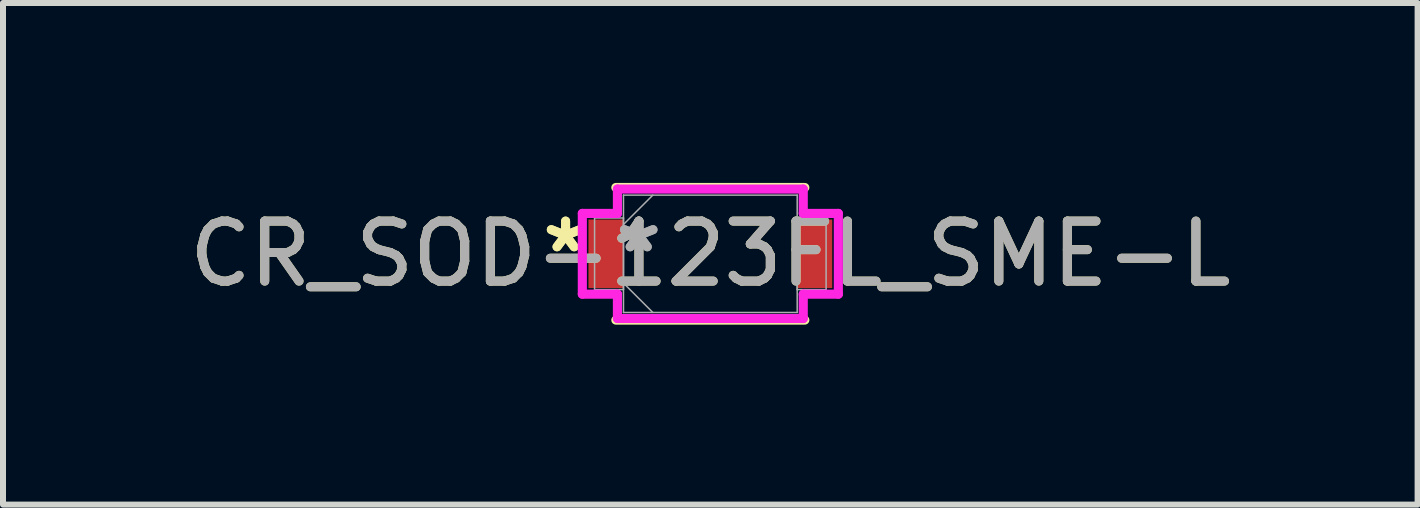
<source format=kicad_pcb>
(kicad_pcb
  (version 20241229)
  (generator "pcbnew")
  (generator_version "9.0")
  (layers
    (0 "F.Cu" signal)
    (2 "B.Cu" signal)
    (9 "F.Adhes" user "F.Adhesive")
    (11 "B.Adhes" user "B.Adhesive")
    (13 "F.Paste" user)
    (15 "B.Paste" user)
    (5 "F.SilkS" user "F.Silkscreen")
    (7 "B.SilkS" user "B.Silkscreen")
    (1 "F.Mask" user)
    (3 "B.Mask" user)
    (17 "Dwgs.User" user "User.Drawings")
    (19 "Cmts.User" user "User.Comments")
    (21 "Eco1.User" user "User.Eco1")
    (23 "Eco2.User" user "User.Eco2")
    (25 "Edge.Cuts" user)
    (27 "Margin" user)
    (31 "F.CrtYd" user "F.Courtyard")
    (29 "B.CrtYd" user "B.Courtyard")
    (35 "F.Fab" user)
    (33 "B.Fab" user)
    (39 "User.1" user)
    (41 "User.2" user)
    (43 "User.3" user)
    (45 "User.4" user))
  (footprint "CR_SOD-123FL_SME-L"
    (layer "F.Cu")
    (at 8.792 1.181)
    (property "Reference" "CR_SOD-123FL_SME-L" (at 0 0 0) (unlocked yes) (layer "F.SilkS") (effects (font (size 1 1) (thickness 0.15))))
    (attr smd)
    (fp_line (start -1.575 1.105) (end 1.575 1.105) (stroke (width 0.152) (type solid)) (layer "F.SilkS"))
    (fp_line (start 1.575 -1.105) (end -1.575 -1.105) (stroke (width 0.152) (type solid)) (layer "F.SilkS"))
    (fp_line (start -2.134 -0.673) (end -1.549 -0.673) (stroke (width 0.152) (type solid)) (layer "F.CrtYd"))
    (fp_line (start -2.134 0.673) (end -2.134 -0.673) (stroke (width 0.152) (type solid)) (layer "F.CrtYd"))
    (fp_line (start -1.549 -1.079) (end 1.549 -1.079) (stroke (width 0.152) (type solid)) (layer "F.CrtYd"))
    (fp_line (start -1.549 -0.673) (end -1.549 -1.079) (stroke (width 0.152) (type solid)) (layer "F.CrtYd"))
    (fp_line (start -1.549 0.673) (end -2.134 0.673) (stroke (width 0.152) (type solid)) (layer "F.CrtYd"))
    (fp_line (start -1.549 1.079) (end -1.549 0.673) (stroke (width 0.152) (type solid)) (layer "F.CrtYd"))
    (fp_line (start 1.549 -1.079) (end 1.549 -0.673) (stroke (width 0.152) (type solid)) (layer "F.CrtYd"))
    (fp_line (start 1.549 -0.673) (end 2.134 -0.673) (stroke (width 0.152) (type solid)) (layer "F.CrtYd"))
    (fp_line (start 1.549 0.673) (end 1.549 1.079) (stroke (width 0.152) (type solid)) (layer "F.CrtYd"))
    (fp_line (start 1.549 1.079) (end -1.549 1.079) (stroke (width 0.152) (type solid)) (layer "F.CrtYd"))
    (fp_line (start 2.134 -0.673) (end 2.134 0.673) (stroke (width 0.152) (type solid)) (layer "F.CrtYd"))
    (fp_line (start 2.134 0.673) (end 1.549 0.673) (stroke (width 0.152) (type solid)) (layer "F.CrtYd"))
    (fp_line (start -1.93 -0.597) (end -1.93 0.597) (stroke (width 0.025) (type solid)) (layer "F.Fab"))
    (fp_line (start -1.93 0.597) (end -1.448 0.597) (stroke (width 0.025) (type solid)) (layer "F.Fab"))
    (fp_line (start -1.448 -0.978) (end -1.448 0.978) (stroke (width 0.025) (type solid)) (layer "F.Fab"))
    (fp_line (start -1.448 -0.597) (end -1.93 -0.597) (stroke (width 0.025) (type solid)) (layer "F.Fab"))
    (fp_line (start -1.448 -0.489) (end -0.959 -0.978) (stroke (width 0.025) (type solid)) (layer "F.Fab"))
    (fp_line (start -1.448 0.489) (end -0.959 0.978) (stroke (width 0.025) (type solid)) (layer "F.Fab"))
    (fp_line (start -1.448 0.597) (end -1.448 -0.597) (stroke (width 0.025) (type solid)) (layer "F.Fab"))
    (fp_line (start -1.448 0.978) (end 1.448 0.978) (stroke (width 0.025) (type solid)) (layer "F.Fab"))
    (fp_line (start 1.448 -0.978) (end -1.448 -0.978) (stroke (width 0.025) (type solid)) (layer "F.Fab"))
    (fp_line (start 1.448 -0.597) (end 1.448 0.597) (stroke (width 0.025) (type solid)) (layer "F.Fab"))
    (fp_line (start 1.448 0.597) (end 1.93 0.597) (stroke (width 0.025) (type solid)) (layer "F.Fab"))
    (fp_line (start 1.448 0.978) (end 1.448 -0.978) (stroke (width 0.025) (type solid)) (layer "F.Fab"))
    (fp_line (start 1.93 -0.597) (end 1.448 -0.597) (stroke (width 0.025) (type solid)) (layer "F.Fab"))
    (fp_line (start 1.93 0.597) (end 1.93 -0.597) (stroke (width 0.025) (type solid)) (layer "F.Fab"))
    (fp_text user "*" (at -2.413 0 0) (layer "F.SilkS") (effects (font (size 1 1) (thickness 0.15))))
    (fp_text user "*" (at -2.413 0 0) (unlocked yes) (layer "F.SilkS") (effects (font (size 1 1) (thickness 0.15))))
    (fp_text user "*" (at -1.194 0 0) (unlocked yes) (layer "F.Fab") (effects (font (size 1 1) (thickness 0.15))))
    (fp_text user "*" (at -1.194 0 0) (layer "F.Fab") (effects (font (size 1 1) (thickness 0.15))))
    (fp_text user "${REFERENCE}" (at 0 0 0) (unlocked yes) (layer "F.Fab") (effects (font (size 1 1) (thickness 0.15))))
    (pad "1" smd rect (at -1.74 0) (size 0.584 1.143) (layers "F.Cu" "F.Mask" "F.Paste"))
    (pad "2" smd rect (at 1.74 0) (size 0.584 1.143) (layers "F.Cu" "F.Mask" "F.Paste"))
    (zone (net_name "") (layer "F.Cu") (hatch full 0.508) (connect_pads) (min_thickness 0.254) (filled_areas_thickness no) (keepout (tracks not_allowed) (vias not_allowed) (pads allowed) (copperpour not_allowed) (footprints allowed)) (placement (enabled no)) (fill) (polygon (pts (xy 7.395 0.254) (xy 10.189 0.254) (xy 10.189 2.108) (xy 7.395 2.108)))))
  (gr_rect
    (start -3 -3)
    (end 20.583 5.362)
    (stroke (width 0.1) (type default))
    (fill no)
    (layer "Edge.Cuts")))
</source>
